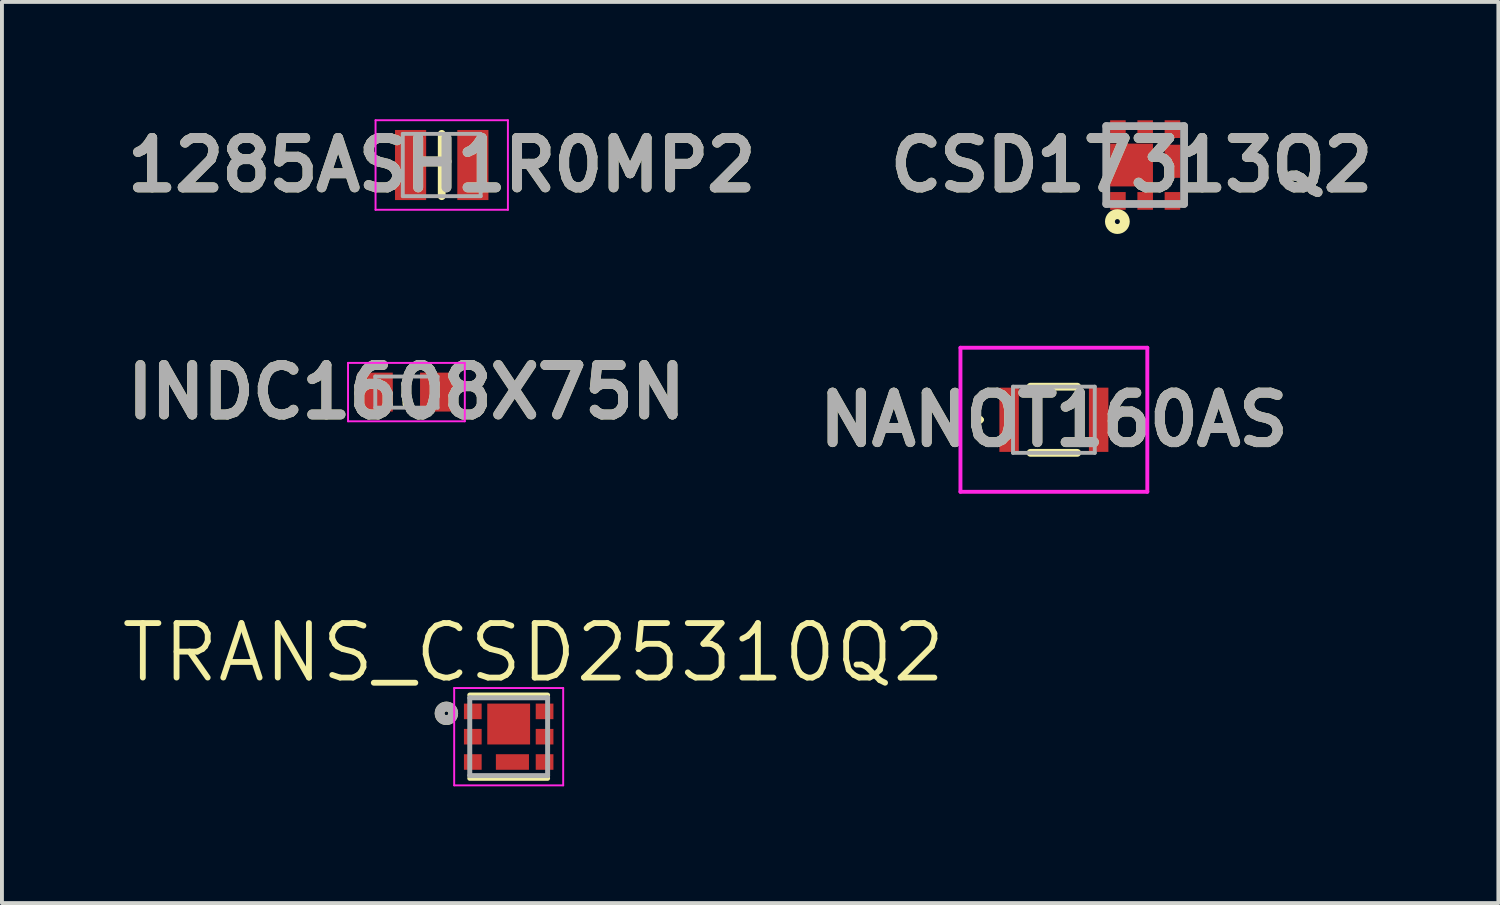
<source format=kicad_pcb>
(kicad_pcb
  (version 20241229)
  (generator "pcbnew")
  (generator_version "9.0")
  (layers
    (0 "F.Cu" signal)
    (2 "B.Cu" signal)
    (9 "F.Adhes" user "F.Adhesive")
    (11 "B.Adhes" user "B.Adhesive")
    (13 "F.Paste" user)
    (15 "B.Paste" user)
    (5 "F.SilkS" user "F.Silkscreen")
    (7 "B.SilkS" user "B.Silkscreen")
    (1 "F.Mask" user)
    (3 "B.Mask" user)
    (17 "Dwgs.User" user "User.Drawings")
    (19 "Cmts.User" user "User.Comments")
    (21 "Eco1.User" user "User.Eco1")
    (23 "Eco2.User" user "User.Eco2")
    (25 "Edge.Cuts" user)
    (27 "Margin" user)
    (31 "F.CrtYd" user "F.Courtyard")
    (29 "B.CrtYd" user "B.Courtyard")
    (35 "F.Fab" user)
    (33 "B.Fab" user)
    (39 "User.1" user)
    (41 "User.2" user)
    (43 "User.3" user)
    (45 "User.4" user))
  (footprint "NANOT160AS"
    (layer "F.Cu")
    (at 24.022 7.733)
    (property "Reference" "NANOT160AS" (at 0 0 0) (layer "F.SilkS") (effects (font (size 1.27 1.27) (thickness 0.254))))
    (attr smd)
    (fp_line (start -1.95 0) (end -1.95 0) (stroke (width 0.1) (type solid)) (layer "F.SilkS"))
    (fp_line (start -1.85 0) (end -1.85 0) (stroke (width 0.1) (type solid)) (layer "F.SilkS"))
    (fp_line (start -0.6 -0.85) (end 0.6 -0.85) (stroke (width 0.2) (type solid)) (layer "F.SilkS"))
    (fp_line (start -0.6 0.85) (end 0.6 0.85) (stroke (width 0.2) (type solid)) (layer "F.SilkS"))
    (fp_arc (start -1.95 0) (mid -1.9 -0.05) (end -1.85 0) (stroke (width 0.1) (type solid)) (layer "F.SilkS"))
    (fp_arc (start -1.85 0) (mid -1.9 0.05) (end -1.95 0) (stroke (width 0.1) (type solid)) (layer "F.SilkS"))
    (fp_line (start -2.4 -1.85) (end 2.4 -1.85) (stroke (width 0.1) (type solid)) (layer "F.CrtYd"))
    (fp_line (start -2.4 1.85) (end -2.4 -1.85) (stroke (width 0.1) (type solid)) (layer "F.CrtYd"))
    (fp_line (start 2.4 -1.85) (end 2.4 1.85) (stroke (width 0.1) (type solid)) (layer "F.CrtYd"))
    (fp_line (start 2.4 1.85) (end -2.4 1.85) (stroke (width 0.1) (type solid)) (layer "F.CrtYd"))
    (fp_line (start -1.05 -0.85) (end 1.05 -0.85) (stroke (width 0.1) (type solid)) (layer "F.Fab"))
    (fp_line (start -1.05 0.85) (end -1.05 -0.85) (stroke (width 0.1) (type solid)) (layer "F.Fab"))
    (fp_line (start 1.05 -0.85) (end 1.05 0.85) (stroke (width 0.1) (type solid)) (layer "F.Fab"))
    (fp_line (start 1.05 0.85) (end -1.05 0.85) (stroke (width 0.1) (type solid)) (layer "F.Fab"))
    (fp_text user "${REFERENCE}" (at 0 0 0) (layer "F.Fab") (effects (font (size 1.27 1.27) (thickness 0.254))))
    (pad "1" smd rect (at -1.15 0) (size 0.5 1.65) (layers "F.Cu" "F.Mask" "F.Paste"))
    (pad "2" smd rect (at 1.15 0) (size 0.5 1.65) (layers "F.Cu" "F.Mask" "F.Paste")))
  (footprint "1285ASH1R0MP2"
    (layer "F.Cu")
    (at 8.297 1.189)
    (property "Reference" "1285ASH1R0MP2" (at 0 0 0) (layer "F.SilkS") (effects (font (size 1.27 1.27) (thickness 0.254))))
    (attr smd)
    (fp_line (start 0 -0.8) (end 0 0.8) (stroke (width 0.2) (type solid)) (layer "F.SilkS"))
    (fp_line (start -1.7 -1.15) (end 1.7 -1.15) (stroke (width 0.05) (type solid)) (layer "F.CrtYd"))
    (fp_line (start -1.7 1.15) (end -1.7 -1.15) (stroke (width 0.05) (type solid)) (layer "F.CrtYd"))
    (fp_line (start 1.7 -1.15) (end 1.7 1.15) (stroke (width 0.05) (type solid)) (layer "F.CrtYd"))
    (fp_line (start 1.7 1.15) (end -1.7 1.15) (stroke (width 0.05) (type solid)) (layer "F.CrtYd"))
    (fp_line (start -1 -0.8) (end 1 -0.8) (stroke (width 0.1) (type solid)) (layer "F.Fab"))
    (fp_line (start -1 0.8) (end -1 -0.8) (stroke (width 0.1) (type solid)) (layer "F.Fab"))
    (fp_line (start 1 -0.8) (end 1 0.8) (stroke (width 0.1) (type solid)) (layer "F.Fab"))
    (fp_line (start 1 0.8) (end -1 0.8) (stroke (width 0.1) (type solid)) (layer "F.Fab"))
    (fp_text user "${REFERENCE}" (at 0 0 0) (layer "F.Fab") (effects (font (size 1.27 1.27) (thickness 0.254))))
    (pad "1" smd rect (at -0.8 0) (size 0.8 1.8) (layers "F.Cu" "F.Mask" "F.Paste"))
    (pad "2" smd rect (at 0.8 0) (size 0.8 1.8) (layers "F.Cu" "F.Mask" "F.Paste")))
  (footprint "TRANS_CSD25310Q2"
    (layer "F.Cu")
    (at 10.017 15.874)
    (property "Reference" "TRANS_CSD25310Q2" (at 0.635 -2.159 0) (layer "F.SilkS") (effects (font (size 1.4 1.4) (thickness 0.15))))
    (attr smd)
    (fp_line (start -1 -1.07) (end 1 -1.07) (stroke (width 0.127) (type solid)) (layer "F.SilkS"))
    (fp_line (start 1 1.07) (end -1 1.07) (stroke (width 0.127) (type solid)) (layer "F.SilkS"))
    (fp_circle (center -1.6 -0.6) (end -1.55 -0.6) (stroke (width 0.25) (type solid)) (fill no) (layer "F.SilkS"))
    (fp_poly (pts (xy -0.752 -0.8) (xy -0.752 -0.5) (xy -1.093 -0.5) (xy -1.093 -0.8)) (stroke (width 0.01) (type solid)) (fill yes) (layer "F.Paste"))
    (fp_poly (pts (xy -0.752 -0.15) (xy -0.752 0.15) (xy -1.093 0.15) (xy -1.093 -0.15)) (stroke (width 0.01) (type solid)) (fill yes) (layer "F.Paste"))
    (fp_poly (pts (xy -0.752 0.5) (xy -0.752 0.8) (xy -1.093 0.8) (xy -1.093 0.5)) (stroke (width 0.01) (type solid)) (fill yes) (layer "F.Paste"))
    (fp_poly (pts (xy 0.461 0.5) (xy 0.461 0.8) (xy -0.269 0.8) (xy -0.269 0.5)) (stroke (width 0.01) (type solid)) (fill yes) (layer "F.Paste"))
    (fp_poly (pts (xy 0.5 -0.8) (xy 0.5 0.15) (xy -0.5 0.15) (xy -0.5 -0.8)) (stroke (width 0.01) (type solid)) (fill yes) (layer "F.Paste"))
    (fp_poly (pts (xy 1.093 -0.8) (xy 1.093 -0.5) (xy 0.752 -0.5) (xy 0.752 -0.8)) (stroke (width 0.01) (type solid)) (fill yes) (layer "F.Paste"))
    (fp_poly (pts (xy 1.093 -0.15) (xy 1.093 0.15) (xy 0.752 0.15) (xy 0.752 -0.15)) (stroke (width 0.01) (type solid)) (fill yes) (layer "F.Paste"))
    (fp_poly (pts (xy 1.093 0.5) (xy 1.093 0.8) (xy 0.752 0.8) (xy 0.752 0.5)) (stroke (width 0.01) (type solid)) (fill yes) (layer "F.Paste"))
    (fp_line (start -1.4 -1.25) (end 1.4 -1.25) (stroke (width 0.05) (type solid)) (layer "F.CrtYd"))
    (fp_line (start -1.4 1.25) (end -1.4 -1.25) (stroke (width 0.05) (type solid)) (layer "F.CrtYd"))
    (fp_line (start 1.4 -1.25) (end 1.4 1.25) (stroke (width 0.05) (type solid)) (layer "F.CrtYd"))
    (fp_line (start 1.4 1.25) (end -1.4 1.25) (stroke (width 0.05) (type solid)) (layer "F.CrtYd"))
    (fp_line (start -1 -1) (end 1 -1) (stroke (width 0.127) (type solid)) (layer "F.Fab"))
    (fp_line (start -1 1) (end -1 -1) (stroke (width 0.127) (type solid)) (layer "F.Fab"))
    (fp_line (start 1 -1) (end 1 1) (stroke (width 0.127) (type solid)) (layer "F.Fab"))
    (fp_line (start 1 1) (end -1 1) (stroke (width 0.127) (type solid)) (layer "F.Fab"))
    (fp_circle (center -1.6 -0.6) (end -1.55 -0.6) (stroke (width 0.25) (type solid)) (fill no) (layer "F.Fab"))
    (pad "1" smd rect (at -0.922 -0.65) (size 0.455 0.4) (layers "F.Cu" "F.Mask"))
    (pad "2" smd rect (at -0.922 0) (size 0.455 0.4) (layers "F.Cu" "F.Mask"))
    (pad "3" smd rect (at -0.922 0.65) (size 0.455 0.4) (layers "F.Cu" "F.Mask"))
    (pad "4" smd rect (at 0.922 0.65) (size 0.455 0.4) (layers "F.Cu" "F.Mask"))
    (pad "5" smd rect (at 0.922 0) (size 0.455 0.4) (layers "F.Cu" "F.Mask"))
    (pad "6" smd rect (at 0.922 -0.65) (size 0.455 0.4) (layers "F.Cu" "F.Mask"))
    (pad "7" smd rect (at 0 -0.325) (size 1.1 1.05) (layers "F.Cu" "F.Mask"))
    (pad "8" smd rect (at 0.096 0.65) (size 0.85 0.4) (layers "F.Cu" "F.Mask")))
  (footprint "CSD17313Q2"
    (layer "F.Cu")
    (at 26.367 1.189)
    (property "Reference" "CSD17313Q2" (at -0.35 0 0) (layer "F.SilkS") (effects (font (size 1.27 1.27) (thickness 0.254))))
    (attr smd)
    (fp_circle (center -0.714 1.453) (end -0.714 1.517) (stroke (width 0.254) (type solid)) (fill no) (layer "F.SilkS"))
    (fp_line (start -1 -1) (end 1 -1) (stroke (width 0.2) (type solid)) (layer "F.Fab"))
    (fp_line (start -1 1) (end -1 -1) (stroke (width 0.2) (type solid)) (layer "F.Fab"))
    (fp_line (start 1 -1) (end 1 1) (stroke (width 0.2) (type solid)) (layer "F.Fab"))
    (fp_line (start 1 1) (end -1 1) (stroke (width 0.2) (type solid)) (layer "F.Fab"))
    (fp_text user "${REFERENCE}" (at -0.35 0 0) (layer "F.Fab") (effects (font (size 1.27 1.27) (thickness 0.254))))
    (pad "1" smd rect (at -0.7 0.922) (size 0.4 0.455) (layers "F.Cu" "F.Mask" "F.Paste"))
    (pad "2" smd rect (at 0 0.922) (size 0.4 0.455) (layers "F.Cu" "F.Mask" "F.Paste"))
    (pad "3" smd rect (at 0.7 0.922) (size 0.4 0.455) (layers "F.Cu" "F.Mask" "F.Paste"))
    (pad "4" smd rect (at 0.7 -0.922) (size 0.4 0.455) (layers "F.Cu" "F.Mask" "F.Paste"))
    (pad "5" smd rect (at 0 -0.922) (size 0.4 0.455) (layers "F.Cu" "F.Mask" "F.Paste"))
    (pad "6" smd rect (at -0.7 -0.922) (size 0.4 0.455) (layers "F.Cu" "F.Mask" "F.Paste"))
    (pad "7" smd rect (at 0.7 -0.096) (size 0.4 0.85) (layers "F.Cu" "F.Mask" "F.Paste"))
    (pad "8" smd rect (at -0.35 0 90) (size 1.1 1.1) (layers "F.Cu" "F.Mask" "F.Paste")))
  (footprint "INDC1608X75N"
    (layer "F.Cu")
    (at 7.39 7.022)
    (property "Reference" "INDC1608X75N" (at 0 0 0) (layer "F.SilkS") (effects (font (size 1.27 1.27) (thickness 0.254))))
    (attr smd)
    (fp_line (start 0 -0.3) (end 0 0.3) (stroke (width 0.2) (type solid)) (layer "F.SilkS"))
    (fp_line (start -1.5 -0.75) (end 1.5 -0.75) (stroke (width 0.05) (type solid)) (layer "F.CrtYd"))
    (fp_line (start -1.5 0.75) (end -1.5 -0.75) (stroke (width 0.05) (type solid)) (layer "F.CrtYd"))
    (fp_line (start 1.5 -0.75) (end 1.5 0.75) (stroke (width 0.05) (type solid)) (layer "F.CrtYd"))
    (fp_line (start 1.5 0.75) (end -1.5 0.75) (stroke (width 0.05) (type solid)) (layer "F.CrtYd"))
    (fp_line (start -0.8 -0.4) (end 0.8 -0.4) (stroke (width 0.1) (type solid)) (layer "F.Fab"))
    (fp_line (start -0.8 0.4) (end -0.8 -0.4) (stroke (width 0.1) (type solid)) (layer "F.Fab"))
    (fp_line (start 0.8 -0.4) (end 0.8 0.4) (stroke (width 0.1) (type solid)) (layer "F.Fab"))
    (fp_line (start 0.8 0.4) (end -0.8 0.4) (stroke (width 0.1) (type solid)) (layer "F.Fab"))
    (fp_text user "${REFERENCE}" (at 0 0 0) (layer "F.Fab") (effects (font (size 1.27 1.27) (thickness 0.254))))
    (pad "1" smd rect (at -0.8 0) (size 0.9 1) (layers "F.Cu" "F.Mask" "F.Paste"))
    (pad "2" smd rect (at 0.8 0) (size 0.9 1) (layers "F.Cu" "F.Mask" "F.Paste")))
  (gr_rect
    (start -3 -3)
    (end 35.44 20.149)
    (stroke (width 0.1) (type default))
    (fill no)
    (layer "Edge.Cuts")))
</source>
